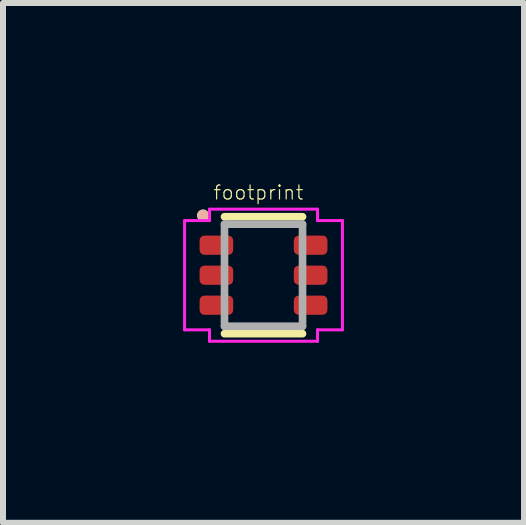
<source format=kicad_pcb>
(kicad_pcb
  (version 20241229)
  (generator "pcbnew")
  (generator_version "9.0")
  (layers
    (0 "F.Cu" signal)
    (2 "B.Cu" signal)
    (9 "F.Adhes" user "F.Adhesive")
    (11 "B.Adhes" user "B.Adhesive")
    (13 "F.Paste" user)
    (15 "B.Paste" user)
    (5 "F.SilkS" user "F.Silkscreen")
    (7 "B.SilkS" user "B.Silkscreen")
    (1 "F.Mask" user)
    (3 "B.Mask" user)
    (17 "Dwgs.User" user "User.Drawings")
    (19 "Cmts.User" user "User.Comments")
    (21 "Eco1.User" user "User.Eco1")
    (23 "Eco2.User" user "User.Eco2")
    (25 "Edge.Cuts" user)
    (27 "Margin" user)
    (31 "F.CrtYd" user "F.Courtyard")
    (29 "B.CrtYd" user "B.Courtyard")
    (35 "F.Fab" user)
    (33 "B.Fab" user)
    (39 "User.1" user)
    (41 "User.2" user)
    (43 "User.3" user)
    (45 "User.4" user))
  (footprint "footprint"
    (layer "F.Cu")
    (at 1.34 1.535)
    (property "Reference" "footprint" (at -0.85 -1.24 0) (layer "F.SilkS") (effects (font (size 0.234 0.234) (thickness 0.02)) (justify left bottom)))
    (fp_line (start -0.65 -0.974) (end 0.65 -0.974) (stroke (width 0.127) (type solid)) (layer "F.SilkS"))
    (fp_line (start -0.65 0.974) (end 0.65 0.974) (stroke (width 0.127) (type solid)) (layer "F.SilkS"))
    (fp_circle (center -1.008 -0.996) (end -0.958 -0.996) (stroke (width 0.1) (type solid)) (fill no) (layer "F.SilkS"))
    (fp_circle (center -1.006 -0.993) (end -0.956 -0.993) (stroke (width 0.1) (type solid)) (fill no) (layer "B.SilkS"))
    (fp_line (start -1.315 -0.91) (end -1.315 0.91) (stroke (width 0.05) (type solid)) (layer "F.CrtYd"))
    (fp_line (start -0.9 -0.91) (end -1.315 -0.91) (stroke (width 0.05) (type solid)) (layer "F.CrtYd"))
    (fp_line (start -0.9 -0.91) (end -0.9 -1.1) (stroke (width 0.05) (type solid)) (layer "F.CrtYd"))
    (fp_line (start -0.9 0.91) (end -1.315 0.91) (stroke (width 0.05) (type solid)) (layer "F.CrtYd"))
    (fp_line (start -0.9 1.1) (end -0.9 0.91) (stroke (width 0.05) (type solid)) (layer "F.CrtYd"))
    (fp_line (start 0.9 -1.1) (end -0.9 -1.1) (stroke (width 0.05) (type solid)) (layer "F.CrtYd"))
    (fp_line (start 0.9 -0.91) (end 0.9 -1.1) (stroke (width 0.05) (type solid)) (layer "F.CrtYd"))
    (fp_line (start 0.9 1.1) (end -0.9 1.1) (stroke (width 0.05) (type solid)) (layer "F.CrtYd"))
    (fp_line (start 0.9 1.1) (end 0.9 0.91) (stroke (width 0.05) (type solid)) (layer "F.CrtYd"))
    (fp_line (start 1.315 -0.91) (end 0.9 -0.91) (stroke (width 0.05) (type solid)) (layer "F.CrtYd"))
    (fp_line (start 1.315 -0.91) (end 1.315 0.91) (stroke (width 0.05) (type solid)) (layer "F.CrtYd"))
    (fp_line (start 1.315 0.91) (end 0.9 0.91) (stroke (width 0.05) (type solid)) (layer "F.CrtYd"))
    (fp_line (start -0.65 -0.85) (end 0.65 -0.85) (stroke (width 0.127) (type solid)) (layer "F.Fab"))
    (fp_line (start -0.65 0.85) (end -0.65 -0.85) (stroke (width 0.127) (type solid)) (layer "F.Fab"))
    (fp_line (start 0.65 -0.85) (end 0.65 0.85) (stroke (width 0.127) (type solid)) (layer "F.Fab"))
    (fp_line (start 0.65 0.85) (end -0.65 0.85) (stroke (width 0.127) (type solid)) (layer "F.Fab"))
    (pad "1" smd roundrect (at -0.785 -0.5) (size 0.56 0.32) (layers "F.Cu" "F.Mask" "F.Paste") (roundrect_rratio 0.25))
    (pad "2" smd roundrect (at -0.785 0) (size 0.56 0.32) (layers "F.Cu" "F.Mask" "F.Paste") (roundrect_rratio 0.25))
    (pad "3" smd roundrect (at -0.785 0.5) (size 0.56 0.32) (layers "F.Cu" "F.Mask" "F.Paste") (roundrect_rratio 0.25))
    (pad "4" smd roundrect (at 0.785 0.5) (size 0.56 0.32) (layers "F.Cu" "F.Mask" "F.Paste") (roundrect_rratio 0.25))
    (pad "5" smd roundrect (at 0.785 0) (size 0.56 0.32) (layers "F.Cu" "F.Mask" "F.Paste") (roundrect_rratio 0.25))
    (pad "6" smd roundrect (at 0.785 -0.5) (size 0.56 0.32) (layers "F.Cu" "F.Mask" "F.Paste") (roundrect_rratio 0.25)))
  (gr_rect
    (start -3 -3)
    (end 5.68 5.66)
    (stroke (width 0.1) (type default))
    (fill no)
    (layer "Edge.Cuts")))
</source>
